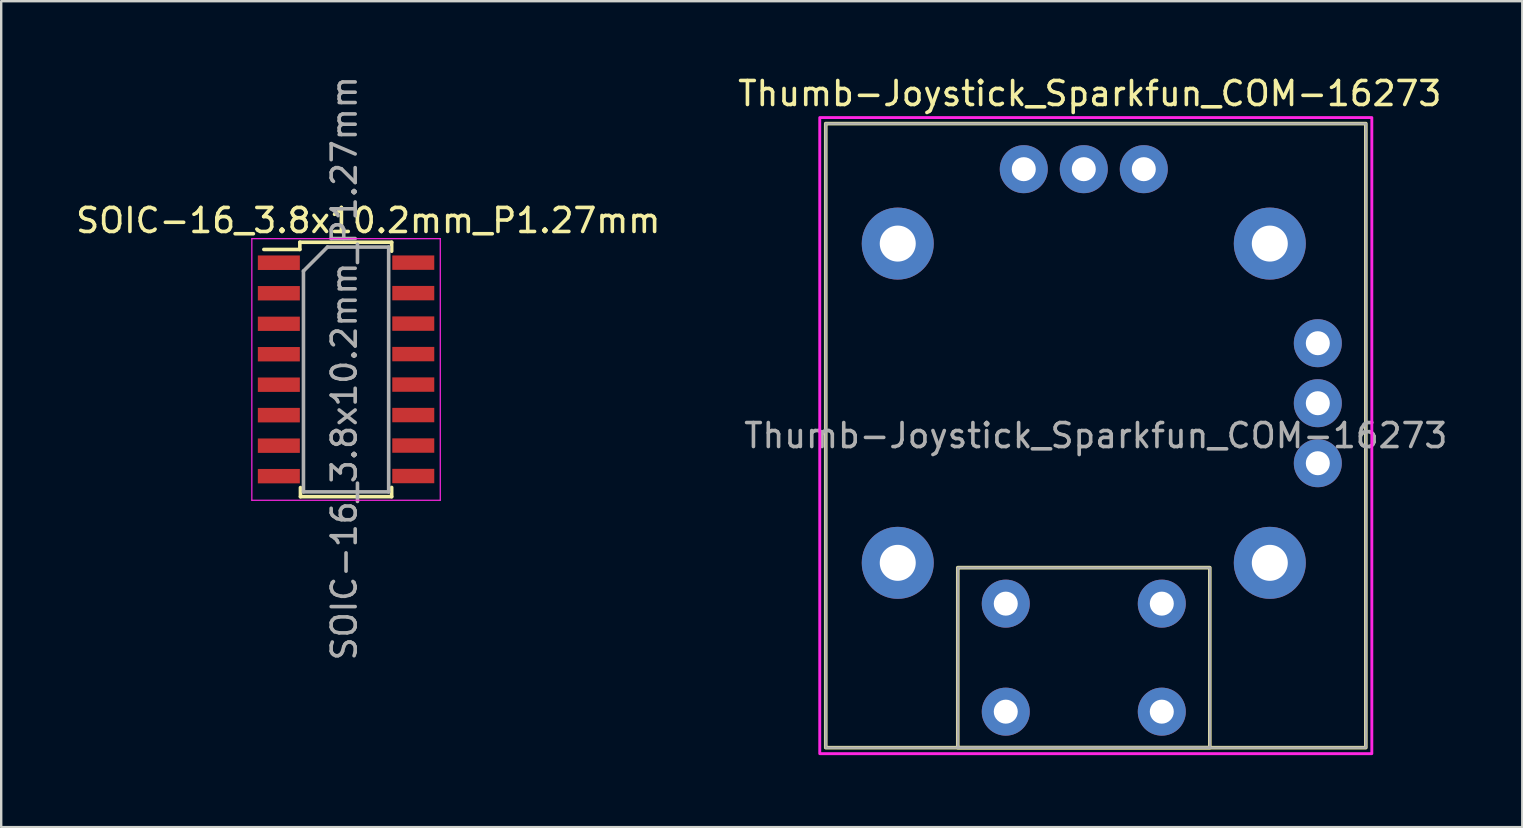
<source format=kicad_pcb>
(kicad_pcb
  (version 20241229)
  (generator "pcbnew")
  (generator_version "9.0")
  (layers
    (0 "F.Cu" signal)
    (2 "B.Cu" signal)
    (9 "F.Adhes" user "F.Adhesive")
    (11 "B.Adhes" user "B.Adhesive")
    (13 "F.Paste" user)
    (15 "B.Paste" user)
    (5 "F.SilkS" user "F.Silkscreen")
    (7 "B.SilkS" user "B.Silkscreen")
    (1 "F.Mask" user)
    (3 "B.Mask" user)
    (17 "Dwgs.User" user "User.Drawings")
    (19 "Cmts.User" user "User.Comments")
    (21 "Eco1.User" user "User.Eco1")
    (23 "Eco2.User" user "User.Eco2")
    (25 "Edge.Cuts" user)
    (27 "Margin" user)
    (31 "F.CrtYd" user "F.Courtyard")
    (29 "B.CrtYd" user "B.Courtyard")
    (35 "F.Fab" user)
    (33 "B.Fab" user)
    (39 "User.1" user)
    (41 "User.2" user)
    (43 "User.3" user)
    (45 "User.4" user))
  (footprint "Thumb-Joystick_Sparkfun_COM-16273"
    (layer "F.Cu")
    (at 34.351 7.098)
    (property "Reference" "Thumb-Joystick_Sparkfun_COM-16273" (at 8 -6.25 0) (unlocked yes) (layer "F.SilkS") (effects (font (size 1 1) (thickness 0.15))))
    (attr through_hole)
    (fp_rect (start -3 -5) (end 19.5 21) (stroke (width 0.15) (type solid)) (fill no) (layer "F.SilkS"))
    (fp_rect (start 2.5 13.5) (end 13 21) (stroke (width 0.15) (type solid)) (fill no) (layer "F.SilkS"))
    (fp_rect (start -3.25 -5.25) (end 19.75 21.25) (stroke (width 0.12) (type solid)) (fill no) (layer "F.CrtYd"))
    (fp_rect (start -3 -5) (end 19.5 21) (stroke (width 0.1) (type solid)) (fill no) (layer "F.Fab"))
    (fp_rect (start 2.5 13.5) (end 13 21) (stroke (width 0.1) (type solid)) (fill no) (layer "F.Fab"))
    (fp_text user "${REFERENCE}" (at 8.25 8 0) (unlocked yes) (layer "F.Fab") (effects (font (size 1 1) (thickness 0.15))))
    (pad "" thru_hole circle (at 0 0) (size 3 3) (drill 1.5) (layers "*.Cu" "*.Mask"))
    (pad "" thru_hole circle (at 0 13.3) (size 3 3) (drill 1.5) (layers "*.Cu" "*.Mask"))
    (pad "" thru_hole circle (at 15.5 0) (size 3 3) (drill 1.5) (layers "*.Cu" "*.Mask"))
    (pad "" thru_hole circle (at 15.5 13.3) (size 3 3) (drill 1.5) (layers "*.Cu" "*.Mask"))
    (pad "1" thru_hole circle (at 17.5 4.15) (size 2 2) (drill 1) (layers "*.Cu" "*.Mask"))
    (pad "2" thru_hole circle (at 17.5 6.65) (size 2 2) (drill 1) (layers "*.Cu" "*.Mask"))
    (pad "3" thru_hole circle (at 17.5 9.15) (size 2 2) (drill 1) (layers "*.Cu" "*.Mask"))
    (pad "4" thru_hole circle (at 5.25 -3.1) (size 2 2) (drill 1) (layers "*.Cu" "*.Mask"))
    (pad "5" thru_hole circle (at 7.75 -3.1) (size 2 2) (drill 1) (layers "*.Cu" "*.Mask"))
    (pad "6" thru_hole circle (at 10.25 -3.1) (size 2 2) (drill 1) (layers "*.Cu" "*.Mask"))
    (pad "7" thru_hole circle (at 4.5 15) (size 2 2) (drill 1) (layers "*.Cu" "*.Mask"))
    (pad "7" thru_hole circle (at 11 15) (size 2 2) (drill 1) (layers "*.Cu" "*.Mask"))
    (pad "8" thru_hole circle (at 4.5 19.5) (size 2 2) (drill 1) (layers "*.Cu" "*.Mask"))
    (pad "8" thru_hole circle (at 11 19.5) (size 2 2) (drill 1) (layers "*.Cu" "*.Mask")))
  (footprint "SOIC-16_3.8x10.2mm_P1.27mm"
    (layer "F.Cu")
    (at 11.242 12.342)
    (property "Reference" "SOIC-16_3.8x10.2mm_P1.27mm" (at 1.05 -6.205 0) (layer "F.SilkS") (effects (font (size 1 1) (thickness 0.15))))
    (attr smd)
    (fp_line (start -1.8 -5.3) (end -1.8 -5) (stroke (width 0.15) (type solid)) (layer "F.SilkS"))
    (fp_line (start -1.8 -5.3) (end 2.025 -5.3) (stroke (width 0.15) (type solid)) (layer "F.SilkS"))
    (fp_line (start -1.8 -5) (end -3.3 -5) (stroke (width 0.15) (type solid)) (layer "F.SilkS"))
    (fp_line (start -1.775 5.3) (end -1.775 4.92) (stroke (width 0.15) (type solid)) (layer "F.SilkS"))
    (fp_line (start -1.775 5.3) (end 2.025 5.3) (stroke (width 0.15) (type solid)) (layer "F.SilkS"))
    (fp_line (start 2.025 -5.3) (end 2.025 -4.925) (stroke (width 0.15) (type solid)) (layer "F.SilkS"))
    (fp_line (start 2.025 5.3) (end 2.025 4.915) (stroke (width 0.15) (type solid)) (layer "F.SilkS"))
    (fp_line (start -3.8 -5.45) (end -3.8 5.45) (stroke (width 0.05) (type solid)) (layer "F.CrtYd"))
    (fp_line (start -3.8 -5.45) (end 4.05 -5.45) (stroke (width 0.05) (type solid)) (layer "F.CrtYd"))
    (fp_line (start -3.8 5.45) (end 4.05 5.45) (stroke (width 0.05) (type solid)) (layer "F.CrtYd"))
    (fp_line (start 4.05 -5.45) (end 4.05 5.45) (stroke (width 0.05) (type solid)) (layer "F.CrtYd"))
    (fp_line (start -1.65 -4.1) (end -0.65 -5.1) (stroke (width 0.15) (type solid)) (layer "F.Fab"))
    (fp_line (start -1.65 5.1) (end -1.65 -4.1) (stroke (width 0.15) (type solid)) (layer "F.Fab"))
    (fp_line (start -0.65 -5.1) (end 1.9 -5.1) (stroke (width 0.15) (type solid)) (layer "F.Fab"))
    (fp_line (start 1.9 -5.1) (end 1.9 5.1) (stroke (width 0.15) (type solid)) (layer "F.Fab"))
    (fp_line (start 1.9 5.1) (end -1.65 5.1) (stroke (width 0.15) (type solid)) (layer "F.Fab"))
    (fp_text user "${REFERENCE}" (at 0.05 -0.05 90) (layer "F.Fab") (effects (font (size 1 1) (thickness 0.15))))
    (pad "1" smd rect (at -2.675 -4.447) (size 1.75 0.605) (layers "F.Cu" "F.Mask" "F.Paste"))
    (pad "2" smd rect (at -2.675 -3.175) (size 1.75 0.6) (layers "F.Cu" "F.Mask" "F.Paste"))
    (pad "3" smd rect (at -2.675 -1.903) (size 1.75 0.595) (layers "F.Cu" "F.Mask" "F.Paste"))
    (pad "4" smd rect (at -2.675 -0.635) (size 1.75 0.6) (layers "F.Cu" "F.Mask" "F.Paste"))
    (pad "5" smd rect (at -2.675 0.635) (size 1.75 0.6) (layers "F.Cu" "F.Mask" "F.Paste"))
    (pad "6" smd rect (at -2.675 1.903) (size 1.75 0.605) (layers "F.Cu" "F.Mask" "F.Paste"))
    (pad "7" smd rect (at -2.675 3.175) (size 1.75 0.6) (layers "F.Cu" "F.Mask" "F.Paste"))
    (pad "8" smd rect (at -2.675 4.445) (size 1.75 0.6) (layers "F.Cu" "F.Mask" "F.Paste"))
    (pad "9" smd rect (at 2.925 4.44) (size 1.75 0.6) (layers "F.Cu" "F.Mask" "F.Paste"))
    (pad "10" smd rect (at 2.925 3.17) (size 1.75 0.6) (layers "F.Cu" "F.Mask" "F.Paste"))
    (pad "11" smd rect (at 2.925 1.9) (size 1.75 0.6) (layers "F.Cu" "F.Mask" "F.Paste"))
    (pad "12" smd rect (at 2.925 0.63) (size 1.75 0.6) (layers "F.Cu" "F.Mask" "F.Paste"))
    (pad "13" smd rect (at 2.925 -0.64) (size 1.75 0.6) (layers "F.Cu" "F.Mask" "F.Paste"))
    (pad "14" smd rect (at 2.925 -1.91) (size 1.75 0.6) (layers "F.Cu" "F.Mask" "F.Paste"))
    (pad "15" smd rect (at 2.925 -3.18) (size 1.75 0.6) (layers "F.Cu" "F.Mask" "F.Paste"))
    (pad "16" smd rect (at 2.925 -4.45) (size 1.75 0.6) (layers "F.Cu" "F.Mask" "F.Paste")))
  (gr_rect
    (start -3 -3)
    (end 60.369 31.408)
    (stroke (width 0.1) (type default))
    (fill no)
    (layer "Edge.Cuts")))
</source>
